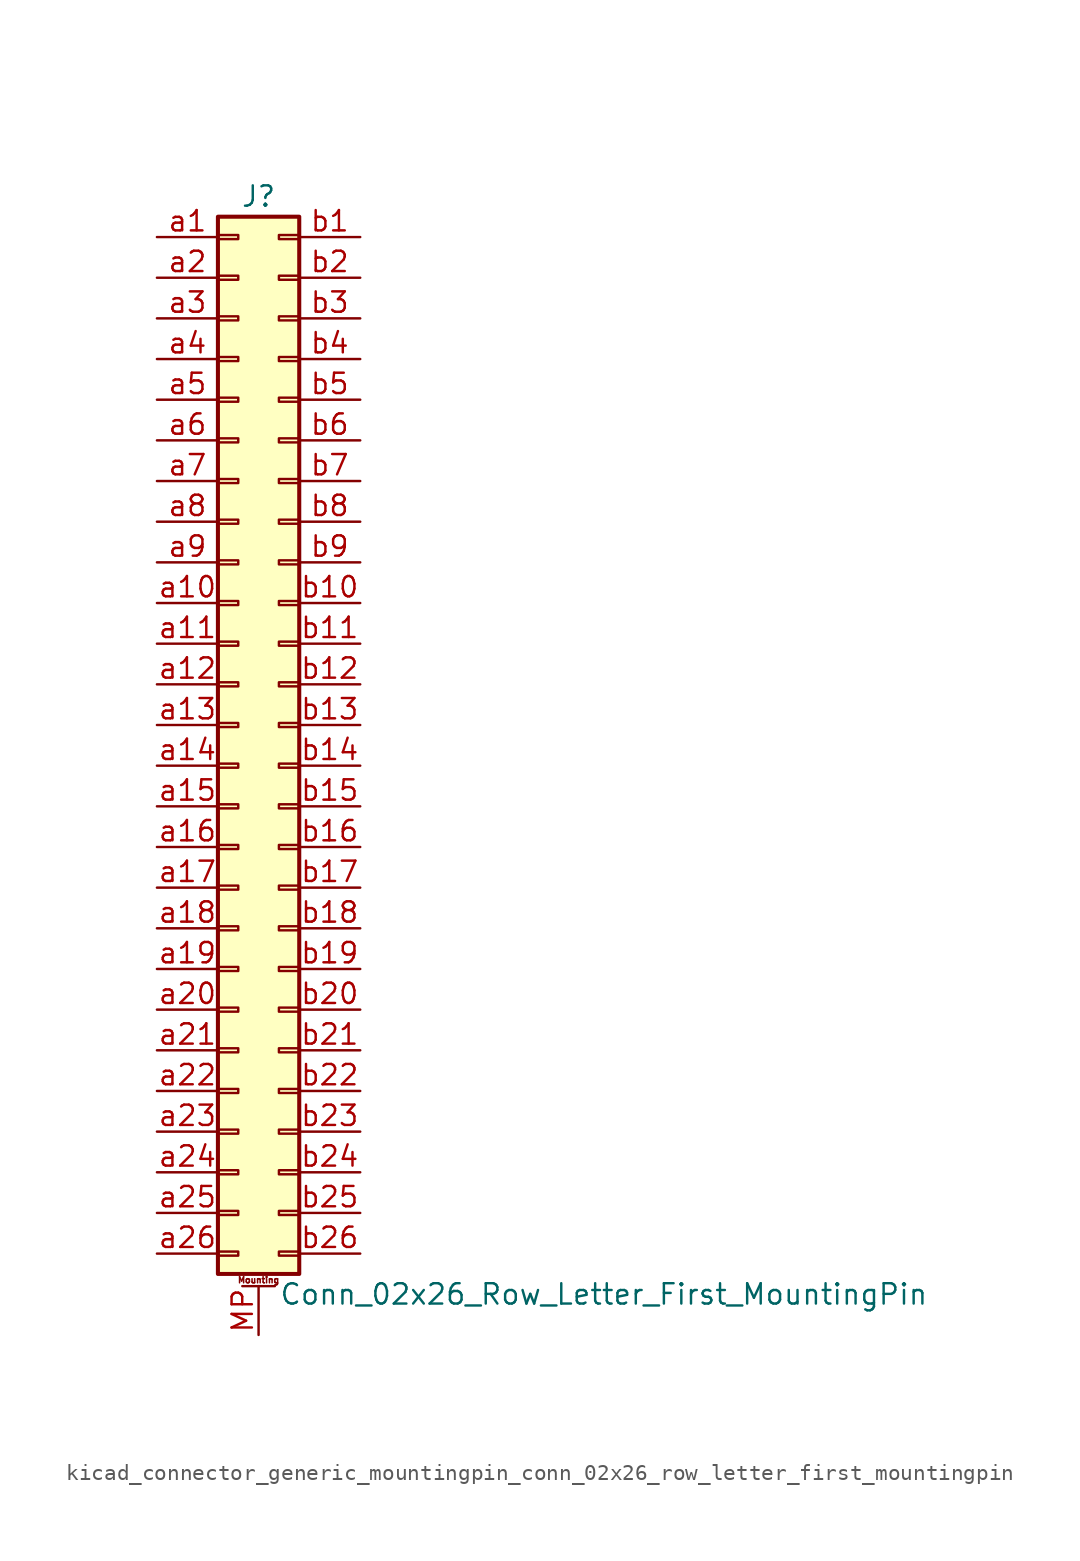
<source format=kicad_sym>
(kicad_symbol_lib
  (version 20220914)
  (generator kicad_symbol_editor)
  (symbol "kicad_connector_generic_mountingpin_conn_02x26_row_letter_first_mountingpin"
    (pin_names
      (offset 1.016) hide)
    (property "Reference" "J"
      (at 1.27 33.02 0)
      (effects (font (size 1.27 1.27))))
    (property "Value" "Conn_02x26_Row_Letter_First_MountingPin"
      (at 2.54 -35.56 0)
      (effects (font (size 1.27 1.27)) (justify left)))
    (symbol "kicad_connector_generic_mountingpin_conn_02x26_row_letter_first_mountingpin_1_1"
      (rectangle (start -1.27 -32.893) (end 0 -33.147) (stroke (width 0.152) (type default)) (fill (type none)))
      (rectangle (start -1.27 -30.353) (end 0 -30.607) (stroke (width 0.152) (type default)) (fill (type none)))
      (rectangle (start -1.27 -27.813) (end 0 -28.067) (stroke (width 0.152) (type default)) (fill (type none)))
      (rectangle (start -1.27 -25.273) (end 0 -25.527) (stroke (width 0.152) (type default)) (fill (type none)))
      (rectangle (start -1.27 -22.733) (end 0 -22.987) (stroke (width 0.152) (type default)) (fill (type none)))
      (rectangle (start -1.27 -20.193) (end 0 -20.447) (stroke (width 0.152) (type default)) (fill (type none)))
      (rectangle (start -1.27 -17.653) (end 0 -17.907) (stroke (width 0.152) (type default)) (fill (type none)))
      (rectangle (start -1.27 -15.113) (end 0 -15.367) (stroke (width 0.152) (type default)) (fill (type none)))
      (rectangle (start -1.27 -12.573) (end 0 -12.827) (stroke (width 0.152) (type default)) (fill (type none)))
      (rectangle (start -1.27 -10.033) (end 0 -10.287) (stroke (width 0.152) (type default)) (fill (type none)))
      (rectangle (start -1.27 -7.493) (end 0 -7.747) (stroke (width 0.152) (type default)) (fill (type none)))
      (rectangle (start -1.27 -4.953) (end 0 -5.207) (stroke (width 0.152) (type default)) (fill (type none)))
      (rectangle (start -1.27 -2.413) (end 0 -2.667) (stroke (width 0.152) (type default)) (fill (type none)))
      (rectangle (start -1.27 0.127) (end 0 -0.127) (stroke (width 0.152) (type default)) (fill (type none)))
      (rectangle (start -1.27 2.667) (end 0 2.413) (stroke (width 0.152) (type default)) (fill (type none)))
      (rectangle (start -1.27 5.207) (end 0 4.953) (stroke (width 0.152) (type default)) (fill (type none)))
      (rectangle (start -1.27 7.747) (end 0 7.493) (stroke (width 0.152) (type default)) (fill (type none)))
      (rectangle (start -1.27 10.287) (end 0 10.033) (stroke (width 0.152) (type default)) (fill (type none)))
      (rectangle (start -1.27 12.827) (end 0 12.573) (stroke (width 0.152) (type default)) (fill (type none)))
      (rectangle (start -1.27 15.367) (end 0 15.113) (stroke (width 0.152) (type default)) (fill (type none)))
      (rectangle (start -1.27 17.907) (end 0 17.653) (stroke (width 0.152) (type default)) (fill (type none)))
      (rectangle (start -1.27 20.447) (end 0 20.193) (stroke (width 0.152) (type default)) (fill (type none)))
      (rectangle (start -1.27 22.987) (end 0 22.733) (stroke (width 0.152) (type default)) (fill (type none)))
      (rectangle (start -1.27 25.527) (end 0 25.273) (stroke (width 0.152) (type default)) (fill (type none)))
      (rectangle (start -1.27 28.067) (end 0 27.813) (stroke (width 0.152) (type default)) (fill (type none)))
      (rectangle (start -1.27 30.607) (end 0 30.353) (stroke (width 0.152) (type default)) (fill (type none)))
      (rectangle (start -1.27 31.75) (end 3.81 -34.29) (stroke (width 0.254) (type default)) (fill (type background)))
      (polyline (pts (xy 0.254 -35.052) (xy 2.286 -35.052)) (stroke (width 0.152) (type default)) (fill (type none)))
      (rectangle (start 3.81 -32.893) (end 2.54 -33.147) (stroke (width 0.152) (type default)) (fill (type none)))
      (rectangle (start 3.81 -30.353) (end 2.54 -30.607) (stroke (width 0.152) (type default)) (fill (type none)))
      (rectangle (start 3.81 -27.813) (end 2.54 -28.067) (stroke (width 0.152) (type default)) (fill (type none)))
      (rectangle (start 3.81 -25.273) (end 2.54 -25.527) (stroke (width 0.152) (type default)) (fill (type none)))
      (rectangle (start 3.81 -22.733) (end 2.54 -22.987) (stroke (width 0.152) (type default)) (fill (type none)))
      (rectangle (start 3.81 -20.193) (end 2.54 -20.447) (stroke (width 0.152) (type default)) (fill (type none)))
      (rectangle (start 3.81 -17.653) (end 2.54 -17.907) (stroke (width 0.152) (type default)) (fill (type none)))
      (rectangle (start 3.81 -15.113) (end 2.54 -15.367) (stroke (width 0.152) (type default)) (fill (type none)))
      (rectangle (start 3.81 -12.573) (end 2.54 -12.827) (stroke (width 0.152) (type default)) (fill (type none)))
      (rectangle (start 3.81 -10.033) (end 2.54 -10.287) (stroke (width 0.152) (type default)) (fill (type none)))
      (rectangle (start 3.81 -7.493) (end 2.54 -7.747) (stroke (width 0.152) (type default)) (fill (type none)))
      (rectangle (start 3.81 -4.953) (end 2.54 -5.207) (stroke (width 0.152) (type default)) (fill (type none)))
      (rectangle (start 3.81 -2.413) (end 2.54 -2.667) (stroke (width 0.152) (type default)) (fill (type none)))
      (rectangle (start 3.81 0.127) (end 2.54 -0.127) (stroke (width 0.152) (type default)) (fill (type none)))
      (rectangle (start 3.81 2.667) (end 2.54 2.413) (stroke (width 0.152) (type default)) (fill (type none)))
      (rectangle (start 3.81 5.207) (end 2.54 4.953) (stroke (width 0.152) (type default)) (fill (type none)))
      (rectangle (start 3.81 7.747) (end 2.54 7.493) (stroke (width 0.152) (type default)) (fill (type none)))
      (rectangle (start 3.81 10.287) (end 2.54 10.033) (stroke (width 0.152) (type default)) (fill (type none)))
      (rectangle (start 3.81 12.827) (end 2.54 12.573) (stroke (width 0.152) (type default)) (fill (type none)))
      (rectangle (start 3.81 15.367) (end 2.54 15.113) (stroke (width 0.152) (type default)) (fill (type none)))
      (rectangle (start 3.81 17.907) (end 2.54 17.653) (stroke (width 0.152) (type default)) (fill (type none)))
      (rectangle (start 3.81 20.447) (end 2.54 20.193) (stroke (width 0.152) (type default)) (fill (type none)))
      (rectangle (start 3.81 22.987) (end 2.54 22.733) (stroke (width 0.152) (type default)) (fill (type none)))
      (rectangle (start 3.81 25.527) (end 2.54 25.273) (stroke (width 0.152) (type default)) (fill (type none)))
      (rectangle (start 3.81 28.067) (end 2.54 27.813) (stroke (width 0.152) (type default)) (fill (type none)))
      (rectangle (start 3.81 30.607) (end 2.54 30.353) (stroke (width 0.152) (type default)) (fill (type none)))
      (text "Mounting" (at 1.27 -34.671 0) (effects (font (size 0.381 0.381))))
      (pin passive line (at 1.27 -38.1 90) (length 3.048) (name "MountPin" (effects (font (size 1.27 1.27)))) (number "MP" (effects (font (size 1.27 1.27)))))
      (pin passive line (at -5.08 30.48 0) (length 3.81) (name "Pin_a1" (effects (font (size 1.27 1.27)))) (number "a1" (effects (font (size 1.27 1.27)))))
      (pin passive line (at -5.08 7.62 0) (length 3.81) (name "Pin_a10" (effects (font (size 1.27 1.27)))) (number "a10" (effects (font (size 1.27 1.27)))))
      (pin passive line (at -5.08 5.08 0) (length 3.81) (name "Pin_a11" (effects (font (size 1.27 1.27)))) (number "a11" (effects (font (size 1.27 1.27)))))
      (pin passive line (at -5.08 2.54 0) (length 3.81) (name "Pin_a12" (effects (font (size 1.27 1.27)))) (number "a12" (effects (font (size 1.27 1.27)))))
      (pin passive line (at -5.08 0 0) (length 3.81) (name "Pin_a13" (effects (font (size 1.27 1.27)))) (number "a13" (effects (font (size 1.27 1.27)))))
      (pin passive line (at -5.08 -2.54 0) (length 3.81) (name "Pin_a14" (effects (font (size 1.27 1.27)))) (number "a14" (effects (font (size 1.27 1.27)))))
      (pin passive line (at -5.08 -5.08 0) (length 3.81) (name "Pin_a15" (effects (font (size 1.27 1.27)))) (number "a15" (effects (font (size 1.27 1.27)))))
      (pin passive line (at -5.08 -7.62 0) (length 3.81) (name "Pin_a16" (effects (font (size 1.27 1.27)))) (number "a16" (effects (font (size 1.27 1.27)))))
      (pin passive line (at -5.08 -10.16 0) (length 3.81) (name "Pin_a17" (effects (font (size 1.27 1.27)))) (number "a17" (effects (font (size 1.27 1.27)))))
      (pin passive line (at -5.08 -12.7 0) (length 3.81) (name "Pin_a18" (effects (font (size 1.27 1.27)))) (number "a18" (effects (font (size 1.27 1.27)))))
      (pin passive line (at -5.08 -15.24 0) (length 3.81) (name "Pin_a19" (effects (font (size 1.27 1.27)))) (number "a19" (effects (font (size 1.27 1.27)))))
      (pin passive line (at -5.08 27.94 0) (length 3.81) (name "Pin_a2" (effects (font (size 1.27 1.27)))) (number "a2" (effects (font (size 1.27 1.27)))))
      (pin passive line (at -5.08 -17.78 0) (length 3.81) (name "Pin_a20" (effects (font (size 1.27 1.27)))) (number "a20" (effects (font (size 1.27 1.27)))))
      (pin passive line (at -5.08 -20.32 0) (length 3.81) (name "Pin_a21" (effects (font (size 1.27 1.27)))) (number "a21" (effects (font (size 1.27 1.27)))))
      (pin passive line (at -5.08 -22.86 0) (length 3.81) (name "Pin_a22" (effects (font (size 1.27 1.27)))) (number "a22" (effects (font (size 1.27 1.27)))))
      (pin passive line (at -5.08 -25.4 0) (length 3.81) (name "Pin_a23" (effects (font (size 1.27 1.27)))) (number "a23" (effects (font (size 1.27 1.27)))))
      (pin passive line (at -5.08 -27.94 0) (length 3.81) (name "Pin_a24" (effects (font (size 1.27 1.27)))) (number "a24" (effects (font (size 1.27 1.27)))))
      (pin passive line (at -5.08 -30.48 0) (length 3.81) (name "Pin_a25" (effects (font (size 1.27 1.27)))) (number "a25" (effects (font (size 1.27 1.27)))))
      (pin passive line (at -5.08 -33.02 0) (length 3.81) (name "Pin_a26" (effects (font (size 1.27 1.27)))) (number "a26" (effects (font (size 1.27 1.27)))))
      (pin passive line (at -5.08 25.4 0) (length 3.81) (name "Pin_a3" (effects (font (size 1.27 1.27)))) (number "a3" (effects (font (size 1.27 1.27)))))
      (pin passive line (at -5.08 22.86 0) (length 3.81) (name "Pin_a4" (effects (font (size 1.27 1.27)))) (number "a4" (effects (font (size 1.27 1.27)))))
      (pin passive line (at -5.08 20.32 0) (length 3.81) (name "Pin_a5" (effects (font (size 1.27 1.27)))) (number "a5" (effects (font (size 1.27 1.27)))))
      (pin passive line (at -5.08 17.78 0) (length 3.81) (name "Pin_a6" (effects (font (size 1.27 1.27)))) (number "a6" (effects (font (size 1.27 1.27)))))
      (pin passive line (at -5.08 15.24 0) (length 3.81) (name "Pin_a7" (effects (font (size 1.27 1.27)))) (number "a7" (effects (font (size 1.27 1.27)))))
      (pin passive line (at -5.08 12.7 0) (length 3.81) (name "Pin_a8" (effects (font (size 1.27 1.27)))) (number "a8" (effects (font (size 1.27 1.27)))))
      (pin passive line (at -5.08 10.16 0) (length 3.81) (name "Pin_a9" (effects (font (size 1.27 1.27)))) (number "a9" (effects (font (size 1.27 1.27)))))
      (pin passive line (at 7.62 30.48 180) (length 3.81) (name "Pin_b1" (effects (font (size 1.27 1.27)))) (number "b1" (effects (font (size 1.27 1.27)))))
      (pin passive line (at 7.62 7.62 180) (length 3.81) (name "Pin_b10" (effects (font (size 1.27 1.27)))) (number "b10" (effects (font (size 1.27 1.27)))))
      (pin passive line (at 7.62 5.08 180) (length 3.81) (name "Pin_b11" (effects (font (size 1.27 1.27)))) (number "b11" (effects (font (size 1.27 1.27)))))
      (pin passive line (at 7.62 2.54 180) (length 3.81) (name "Pin_b12" (effects (font (size 1.27 1.27)))) (number "b12" (effects (font (size 1.27 1.27)))))
      (pin passive line (at 7.62 0 180) (length 3.81) (name "Pin_b13" (effects (font (size 1.27 1.27)))) (number "b13" (effects (font (size 1.27 1.27)))))
      (pin passive line (at 7.62 -2.54 180) (length 3.81) (name "Pin_b14" (effects (font (size 1.27 1.27)))) (number "b14" (effects (font (size 1.27 1.27)))))
      (pin passive line (at 7.62 -5.08 180) (length 3.81) (name "Pin_b15" (effects (font (size 1.27 1.27)))) (number "b15" (effects (font (size 1.27 1.27)))))
      (pin passive line (at 7.62 -7.62 180) (length 3.81) (name "Pin_b16" (effects (font (size 1.27 1.27)))) (number "b16" (effects (font (size 1.27 1.27)))))
      (pin passive line (at 7.62 -10.16 180) (length 3.81) (name "Pin_b17" (effects (font (size 1.27 1.27)))) (number "b17" (effects (font (size 1.27 1.27)))))
      (pin passive line (at 7.62 -12.7 180) (length 3.81) (name "Pin_b18" (effects (font (size 1.27 1.27)))) (number "b18" (effects (font (size 1.27 1.27)))))
      (pin passive line (at 7.62 -15.24 180) (length 3.81) (name "Pin_b19" (effects (font (size 1.27 1.27)))) (number "b19" (effects (font (size 1.27 1.27)))))
      (pin passive line (at 7.62 27.94 180) (length 3.81) (name "Pin_b2" (effects (font (size 1.27 1.27)))) (number "b2" (effects (font (size 1.27 1.27)))))
      (pin passive line (at 7.62 -17.78 180) (length 3.81) (name "Pin_b20" (effects (font (size 1.27 1.27)))) (number "b20" (effects (font (size 1.27 1.27)))))
      (pin passive line (at 7.62 -20.32 180) (length 3.81) (name "Pin_b21" (effects (font (size 1.27 1.27)))) (number "b21" (effects (font (size 1.27 1.27)))))
      (pin passive line (at 7.62 -22.86 180) (length 3.81) (name "Pin_b22" (effects (font (size 1.27 1.27)))) (number "b22" (effects (font (size 1.27 1.27)))))
      (pin passive line (at 7.62 -25.4 180) (length 3.81) (name "Pin_b23" (effects (font (size 1.27 1.27)))) (number "b23" (effects (font (size 1.27 1.27)))))
      (pin passive line (at 7.62 -27.94 180) (length 3.81) (name "Pin_b24" (effects (font (size 1.27 1.27)))) (number "b24" (effects (font (size 1.27 1.27)))))
      (pin passive line (at 7.62 -30.48 180) (length 3.81) (name "Pin_b25" (effects (font (size 1.27 1.27)))) (number "b25" (effects (font (size 1.27 1.27)))))
      (pin passive line (at 7.62 -33.02 180) (length 3.81) (name "Pin_b26" (effects (font (size 1.27 1.27)))) (number "b26" (effects (font (size 1.27 1.27)))))
      (pin passive line (at 7.62 25.4 180) (length 3.81) (name "Pin_b3" (effects (font (size 1.27 1.27)))) (number "b3" (effects (font (size 1.27 1.27)))))
      (pin passive line (at 7.62 22.86 180) (length 3.81) (name "Pin_b4" (effects (font (size 1.27 1.27)))) (number "b4" (effects (font (size 1.27 1.27)))))
      (pin passive line (at 7.62 20.32 180) (length 3.81) (name "Pin_b5" (effects (font (size 1.27 1.27)))) (number "b5" (effects (font (size 1.27 1.27)))))
      (pin passive line (at 7.62 17.78 180) (length 3.81) (name "Pin_b6" (effects (font (size 1.27 1.27)))) (number "b6" (effects (font (size 1.27 1.27)))))
      (pin passive line (at 7.62 15.24 180) (length 3.81) (name "Pin_b7" (effects (font (size 1.27 1.27)))) (number "b7" (effects (font (size 1.27 1.27)))))
      (pin passive line (at 7.62 12.7 180) (length 3.81) (name "Pin_b8" (effects (font (size 1.27 1.27)))) (number "b8" (effects (font (size 1.27 1.27)))))
      (pin passive line (at 7.62 10.16 180) (length 3.81) (name "Pin_b9" (effects (font (size 1.27 1.27)))) (number "b9" (effects (font (size 1.27 1.27))))))))
</source>
